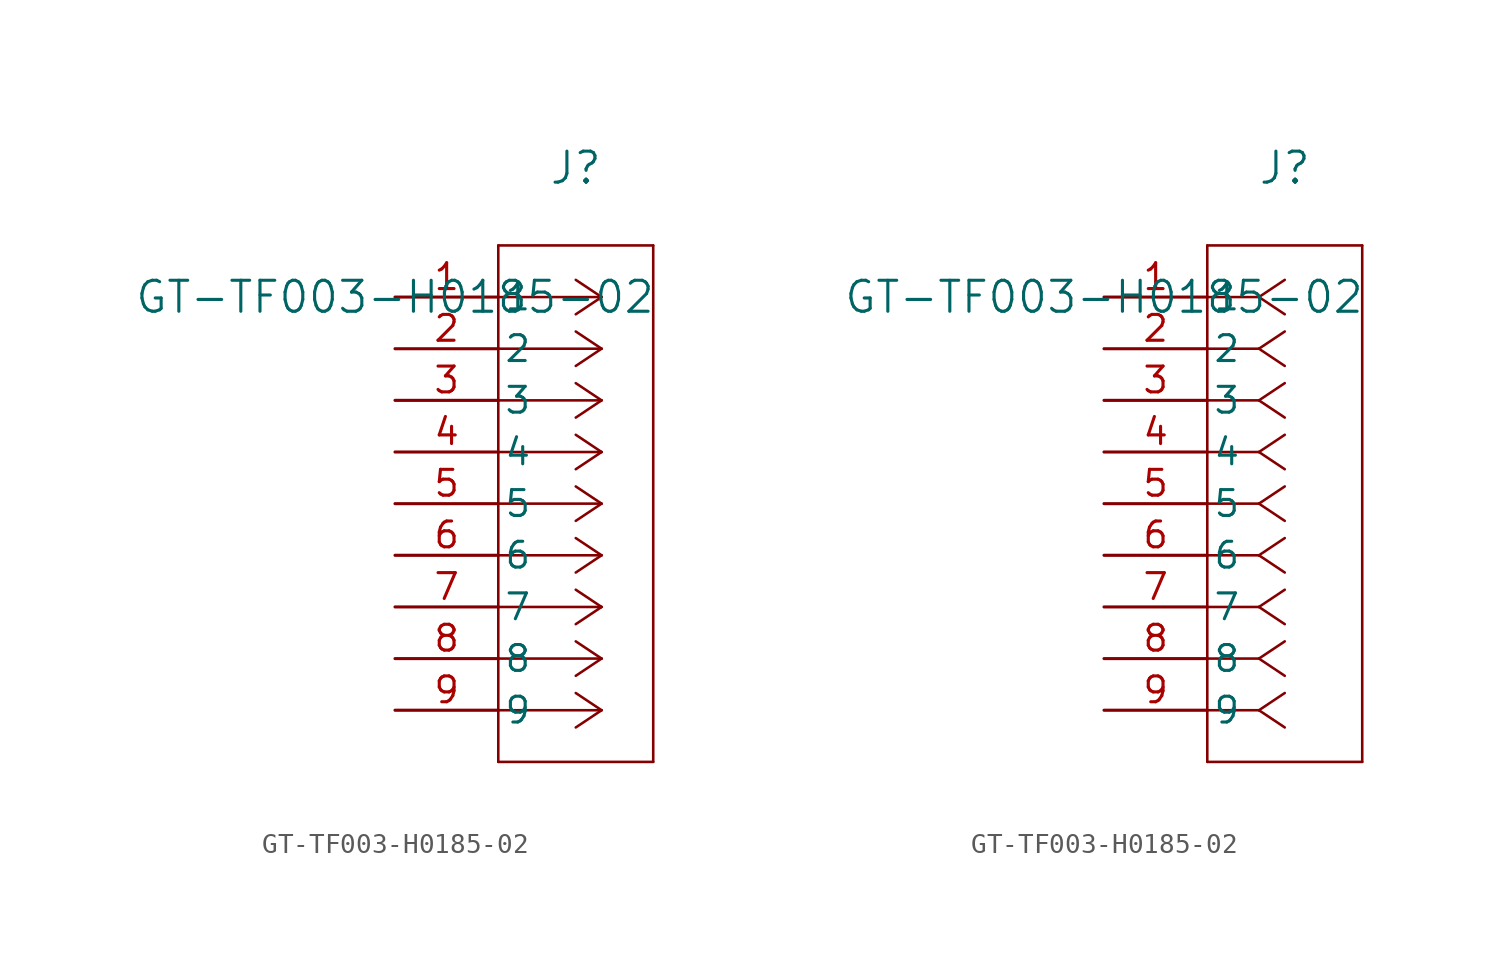
<source format=kicad_sym>
(kicad_symbol_lib
  (version 20211014)
  (generator kicad_symbol_editor)
  (symbol "GT-TF003-H0185-02"
    (pin_names
      (offset 0.254))
    (property "Reference" "J"
      (at 8.89 6.35 0)
      (effects (font (size 1.524 1.524))))
    (property "Value" "GT-TF003-H0185-02"
      (at 0 0 0)
      (effects (font (size 1.524 1.524))))
    (symbol "GT-TF003-H0185-02_1_1"
      (polyline (pts (xy 10.16 0) (xy 5.08 0)) (stroke (width 0.127) (type default) (color 0 0 0 0)) (fill (type none)))
      (polyline (pts (xy 10.16 -2.54) (xy 5.08 -2.54)) (stroke (width 0.127) (type default) (color 0 0 0 0)) (fill (type none)))
      (polyline (pts (xy 10.16 -5.08) (xy 5.08 -5.08)) (stroke (width 0.127) (type default) (color 0 0 0 0)) (fill (type none)))
      (polyline (pts (xy 10.16 -7.62) (xy 5.08 -7.62)) (stroke (width 0.127) (type default) (color 0 0 0 0)) (fill (type none)))
      (polyline (pts (xy 10.16 -10.16) (xy 5.08 -10.16)) (stroke (width 0.127) (type default) (color 0 0 0 0)) (fill (type none)))
      (polyline (pts (xy 10.16 -12.7) (xy 5.08 -12.7)) (stroke (width 0.127) (type default) (color 0 0 0 0)) (fill (type none)))
      (polyline (pts (xy 10.16 -15.24) (xy 5.08 -15.24)) (stroke (width 0.127) (type default) (color 0 0 0 0)) (fill (type none)))
      (polyline (pts (xy 10.16 -17.78) (xy 5.08 -17.78)) (stroke (width 0.127) (type default) (color 0 0 0 0)) (fill (type none)))
      (polyline (pts (xy 10.16 -20.32) (xy 5.08 -20.32)) (stroke (width 0.127) (type default) (color 0 0 0 0)) (fill (type none)))
      (polyline (pts (xy 10.16 0) (xy 8.89 0.847)) (stroke (width 0.127) (type default) (color 0 0 0 0)) (fill (type none)))
      (polyline (pts (xy 10.16 -2.54) (xy 8.89 -1.693)) (stroke (width 0.127) (type default) (color 0 0 0 0)) (fill (type none)))
      (polyline (pts (xy 10.16 -5.08) (xy 8.89 -4.233)) (stroke (width 0.127) (type default) (color 0 0 0 0)) (fill (type none)))
      (polyline (pts (xy 10.16 -7.62) (xy 8.89 -6.773)) (stroke (width 0.127) (type default) (color 0 0 0 0)) (fill (type none)))
      (polyline (pts (xy 10.16 -10.16) (xy 8.89 -9.313)) (stroke (width 0.127) (type default) (color 0 0 0 0)) (fill (type none)))
      (polyline (pts (xy 10.16 -12.7) (xy 8.89 -11.853)) (stroke (width 0.127) (type default) (color 0 0 0 0)) (fill (type none)))
      (polyline (pts (xy 10.16 -15.24) (xy 8.89 -14.393)) (stroke (width 0.127) (type default) (color 0 0 0 0)) (fill (type none)))
      (polyline (pts (xy 10.16 -17.78) (xy 8.89 -16.933)) (stroke (width 0.127) (type default) (color 0 0 0 0)) (fill (type none)))
      (polyline (pts (xy 10.16 -20.32) (xy 8.89 -19.473)) (stroke (width 0.127) (type default) (color 0 0 0 0)) (fill (type none)))
      (polyline (pts (xy 10.16 0) (xy 8.89 -0.847)) (stroke (width 0.127) (type default) (color 0 0 0 0)) (fill (type none)))
      (polyline (pts (xy 10.16 -2.54) (xy 8.89 -3.387)) (stroke (width 0.127) (type default) (color 0 0 0 0)) (fill (type none)))
      (polyline (pts (xy 10.16 -5.08) (xy 8.89 -5.927)) (stroke (width 0.127) (type default) (color 0 0 0 0)) (fill (type none)))
      (polyline (pts (xy 10.16 -7.62) (xy 8.89 -8.467)) (stroke (width 0.127) (type default) (color 0 0 0 0)) (fill (type none)))
      (polyline (pts (xy 10.16 -10.16) (xy 8.89 -11.007)) (stroke (width 0.127) (type default) (color 0 0 0 0)) (fill (type none)))
      (polyline (pts (xy 10.16 -12.7) (xy 8.89 -13.547)) (stroke (width 0.127) (type default) (color 0 0 0 0)) (fill (type none)))
      (polyline (pts (xy 10.16 -15.24) (xy 8.89 -16.087)) (stroke (width 0.127) (type default) (color 0 0 0 0)) (fill (type none)))
      (polyline (pts (xy 10.16 -17.78) (xy 8.89 -18.627)) (stroke (width 0.127) (type default) (color 0 0 0 0)) (fill (type none)))
      (polyline (pts (xy 10.16 -20.32) (xy 8.89 -21.167)) (stroke (width 0.127) (type default) (color 0 0 0 0)) (fill (type none)))
      (polyline (pts (xy 5.08 2.54) (xy 5.08 -22.86)) (stroke (width 0.127) (type default) (color 0 0 0 0)) (fill (type none)))
      (polyline (pts (xy 5.08 -22.86) (xy 12.7 -22.86)) (stroke (width 0.127) (type default) (color 0 0 0 0)) (fill (type none)))
      (polyline (pts (xy 12.7 -22.86) (xy 12.7 2.54)) (stroke (width 0.127) (type default) (color 0 0 0 0)) (fill (type none)))
      (polyline (pts (xy 12.7 2.54) (xy 5.08 2.54)) (stroke (width 0.127) (type default) (color 0 0 0 0)) (fill (type none)))
      (pin unspecified line (at 0 0 0) (length 5.08) (name "1" (effects (font (size 1.27 1.27)))) (number "1" (effects (font (size 1.27 1.27)))))
      (pin unspecified line (at 0 -2.54 0) (length 5.08) (name "2" (effects (font (size 1.27 1.27)))) (number "2" (effects (font (size 1.27 1.27)))))
      (pin unspecified line (at 0 -5.08 0) (length 5.08) (name "3" (effects (font (size 1.27 1.27)))) (number "3" (effects (font (size 1.27 1.27)))))
      (pin unspecified line (at 0 -7.62 0) (length 5.08) (name "4" (effects (font (size 1.27 1.27)))) (number "4" (effects (font (size 1.27 1.27)))))
      (pin unspecified line (at 0 -10.16 0) (length 5.08) (name "5" (effects (font (size 1.27 1.27)))) (number "5" (effects (font (size 1.27 1.27)))))
      (pin unspecified line (at 0 -12.7 0) (length 5.08) (name "6" (effects (font (size 1.27 1.27)))) (number "6" (effects (font (size 1.27 1.27)))))
      (pin unspecified line (at 0 -15.24 0) (length 5.08) (name "7" (effects (font (size 1.27 1.27)))) (number "7" (effects (font (size 1.27 1.27)))))
      (pin unspecified line (at 0 -17.78 0) (length 5.08) (name "8" (effects (font (size 1.27 1.27)))) (number "8" (effects (font (size 1.27 1.27)))))
      (pin unspecified line (at 0 -20.32 0) (length 5.08) (name "9" (effects (font (size 1.27 1.27)))) (number "9" (effects (font (size 1.27 1.27))))))
    (symbol "GT-TF003-H0185-02_1_2"
      (polyline (pts (xy 7.62 0) (xy 5.08 0)) (stroke (width 0.127) (type default) (color 0 0 0 0)) (fill (type none)))
      (polyline (pts (xy 7.62 -2.54) (xy 5.08 -2.54)) (stroke (width 0.127) (type default) (color 0 0 0 0)) (fill (type none)))
      (polyline (pts (xy 7.62 -5.08) (xy 5.08 -5.08)) (stroke (width 0.127) (type default) (color 0 0 0 0)) (fill (type none)))
      (polyline (pts (xy 7.62 -7.62) (xy 5.08 -7.62)) (stroke (width 0.127) (type default) (color 0 0 0 0)) (fill (type none)))
      (polyline (pts (xy 7.62 -10.16) (xy 5.08 -10.16)) (stroke (width 0.127) (type default) (color 0 0 0 0)) (fill (type none)))
      (polyline (pts (xy 7.62 -12.7) (xy 5.08 -12.7)) (stroke (width 0.127) (type default) (color 0 0 0 0)) (fill (type none)))
      (polyline (pts (xy 7.62 -15.24) (xy 5.08 -15.24)) (stroke (width 0.127) (type default) (color 0 0 0 0)) (fill (type none)))
      (polyline (pts (xy 7.62 -17.78) (xy 5.08 -17.78)) (stroke (width 0.127) (type default) (color 0 0 0 0)) (fill (type none)))
      (polyline (pts (xy 7.62 -20.32) (xy 5.08 -20.32)) (stroke (width 0.127) (type default) (color 0 0 0 0)) (fill (type none)))
      (polyline (pts (xy 7.62 0) (xy 8.89 0.847)) (stroke (width 0.127) (type default) (color 0 0 0 0)) (fill (type none)))
      (polyline (pts (xy 7.62 -2.54) (xy 8.89 -1.693)) (stroke (width 0.127) (type default) (color 0 0 0 0)) (fill (type none)))
      (polyline (pts (xy 7.62 -5.08) (xy 8.89 -4.233)) (stroke (width 0.127) (type default) (color 0 0 0 0)) (fill (type none)))
      (polyline (pts (xy 7.62 -7.62) (xy 8.89 -6.773)) (stroke (width 0.127) (type default) (color 0 0 0 0)) (fill (type none)))
      (polyline (pts (xy 7.62 -10.16) (xy 8.89 -9.313)) (stroke (width 0.127) (type default) (color 0 0 0 0)) (fill (type none)))
      (polyline (pts (xy 7.62 -12.7) (xy 8.89 -11.853)) (stroke (width 0.127) (type default) (color 0 0 0 0)) (fill (type none)))
      (polyline (pts (xy 7.62 -15.24) (xy 8.89 -14.393)) (stroke (width 0.127) (type default) (color 0 0 0 0)) (fill (type none)))
      (polyline (pts (xy 7.62 -17.78) (xy 8.89 -16.933)) (stroke (width 0.127) (type default) (color 0 0 0 0)) (fill (type none)))
      (polyline (pts (xy 7.62 -20.32) (xy 8.89 -19.473)) (stroke (width 0.127) (type default) (color 0 0 0 0)) (fill (type none)))
      (polyline (pts (xy 7.62 0) (xy 8.89 -0.847)) (stroke (width 0.127) (type default) (color 0 0 0 0)) (fill (type none)))
      (polyline (pts (xy 7.62 -2.54) (xy 8.89 -3.387)) (stroke (width 0.127) (type default) (color 0 0 0 0)) (fill (type none)))
      (polyline (pts (xy 7.62 -5.08) (xy 8.89 -5.927)) (stroke (width 0.127) (type default) (color 0 0 0 0)) (fill (type none)))
      (polyline (pts (xy 7.62 -7.62) (xy 8.89 -8.467)) (stroke (width 0.127) (type default) (color 0 0 0 0)) (fill (type none)))
      (polyline (pts (xy 7.62 -10.16) (xy 8.89 -11.007)) (stroke (width 0.127) (type default) (color 0 0 0 0)) (fill (type none)))
      (polyline (pts (xy 7.62 -12.7) (xy 8.89 -13.547)) (stroke (width 0.127) (type default) (color 0 0 0 0)) (fill (type none)))
      (polyline (pts (xy 7.62 -15.24) (xy 8.89 -16.087)) (stroke (width 0.127) (type default) (color 0 0 0 0)) (fill (type none)))
      (polyline (pts (xy 7.62 -17.78) (xy 8.89 -18.627)) (stroke (width 0.127) (type default) (color 0 0 0 0)) (fill (type none)))
      (polyline (pts (xy 7.62 -20.32) (xy 8.89 -21.167)) (stroke (width 0.127) (type default) (color 0 0 0 0)) (fill (type none)))
      (polyline (pts (xy 5.08 2.54) (xy 5.08 -22.86)) (stroke (width 0.127) (type default) (color 0 0 0 0)) (fill (type none)))
      (polyline (pts (xy 5.08 -22.86) (xy 12.7 -22.86)) (stroke (width 0.127) (type default) (color 0 0 0 0)) (fill (type none)))
      (polyline (pts (xy 12.7 -22.86) (xy 12.7 2.54)) (stroke (width 0.127) (type default) (color 0 0 0 0)) (fill (type none)))
      (polyline (pts (xy 12.7 2.54) (xy 5.08 2.54)) (stroke (width 0.127) (type default) (color 0 0 0 0)) (fill (type none)))
      (pin unspecified line (at 0 0 0) (length 5.08) (name "1" (effects (font (size 1.27 1.27)))) (number "1" (effects (font (size 1.27 1.27)))))
      (pin unspecified line (at 0 -2.54 0) (length 5.08) (name "2" (effects (font (size 1.27 1.27)))) (number "2" (effects (font (size 1.27 1.27)))))
      (pin unspecified line (at 0 -5.08 0) (length 5.08) (name "3" (effects (font (size 1.27 1.27)))) (number "3" (effects (font (size 1.27 1.27)))))
      (pin unspecified line (at 0 -7.62 0) (length 5.08) (name "4" (effects (font (size 1.27 1.27)))) (number "4" (effects (font (size 1.27 1.27)))))
      (pin unspecified line (at 0 -10.16 0) (length 5.08) (name "5" (effects (font (size 1.27 1.27)))) (number "5" (effects (font (size 1.27 1.27)))))
      (pin unspecified line (at 0 -12.7 0) (length 5.08) (name "6" (effects (font (size 1.27 1.27)))) (number "6" (effects (font (size 1.27 1.27)))))
      (pin unspecified line (at 0 -15.24 0) (length 5.08) (name "7" (effects (font (size 1.27 1.27)))) (number "7" (effects (font (size 1.27 1.27)))))
      (pin unspecified line (at 0 -17.78 0) (length 5.08) (name "8" (effects (font (size 1.27 1.27)))) (number "8" (effects (font (size 1.27 1.27)))))
      (pin unspecified line (at 0 -20.32 0) (length 5.08) (name "9" (effects (font (size 1.27 1.27)))) (number "9" (effects (font (size 1.27 1.27))))))))
</source>
